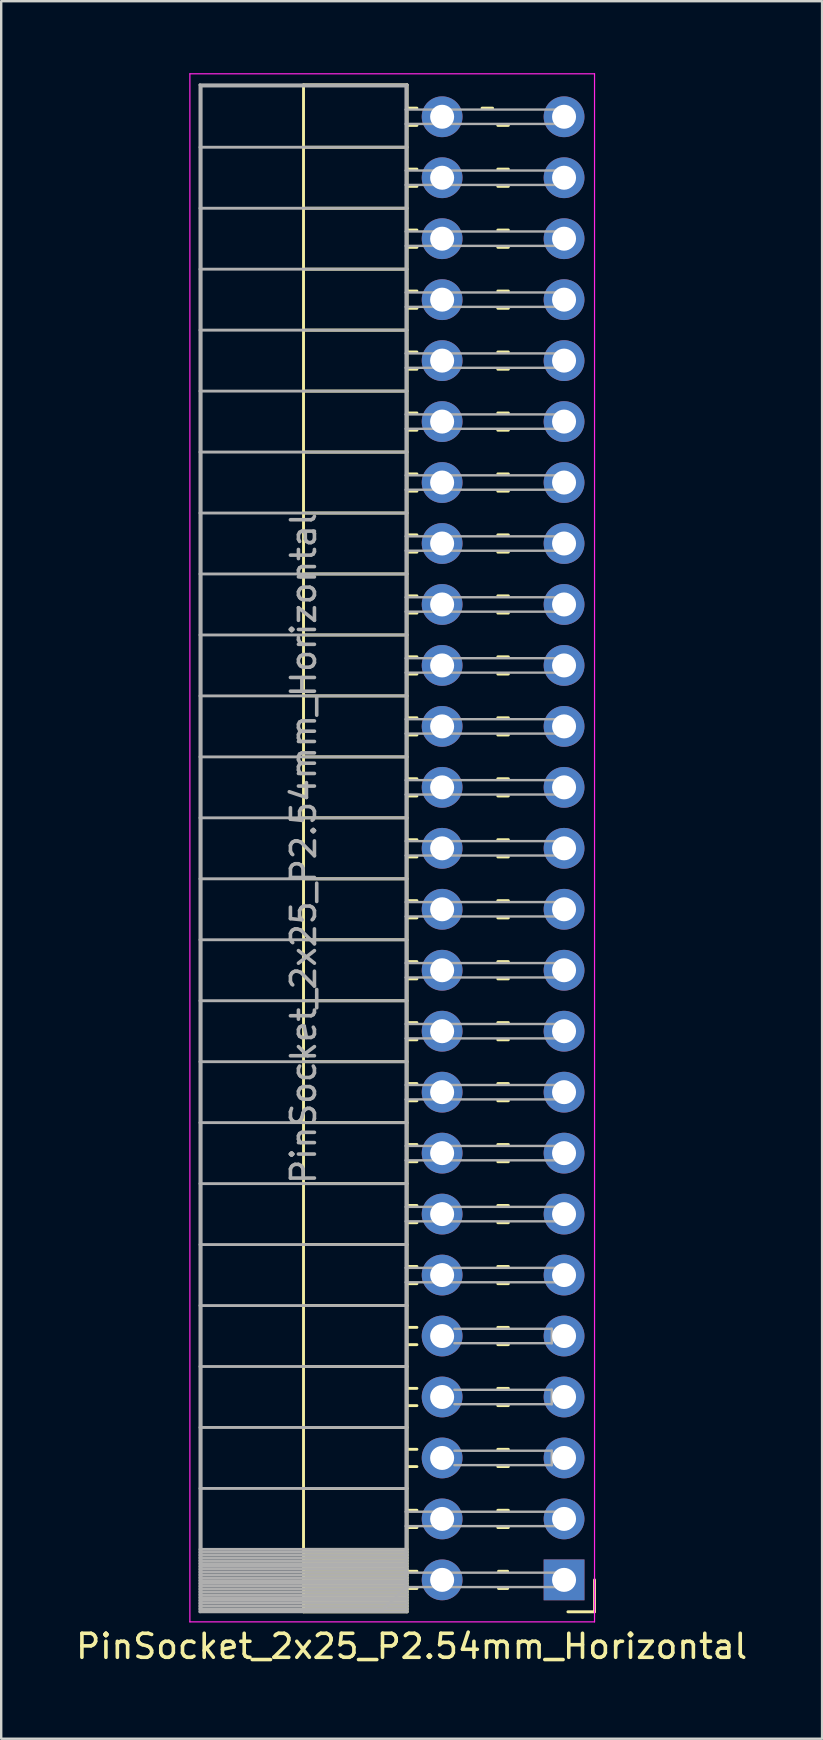
<source format=kicad_pcb>
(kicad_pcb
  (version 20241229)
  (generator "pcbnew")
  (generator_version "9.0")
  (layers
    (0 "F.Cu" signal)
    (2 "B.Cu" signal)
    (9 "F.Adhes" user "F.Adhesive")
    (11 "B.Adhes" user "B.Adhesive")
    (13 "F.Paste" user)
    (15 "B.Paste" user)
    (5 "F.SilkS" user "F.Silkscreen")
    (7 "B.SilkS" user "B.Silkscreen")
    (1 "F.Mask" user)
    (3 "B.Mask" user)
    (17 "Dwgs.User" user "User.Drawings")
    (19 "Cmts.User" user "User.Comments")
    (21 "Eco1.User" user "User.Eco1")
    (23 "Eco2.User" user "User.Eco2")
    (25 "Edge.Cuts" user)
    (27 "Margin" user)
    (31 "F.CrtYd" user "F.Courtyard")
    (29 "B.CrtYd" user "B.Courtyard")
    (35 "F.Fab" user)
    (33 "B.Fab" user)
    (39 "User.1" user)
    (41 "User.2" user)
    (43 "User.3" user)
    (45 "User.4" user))
  (footprint "PinSocket_2x25_P2.54mm_Horizontal"
    (layer "F.Cu")
    (at 17.911 1.815)
    (property "Reference" "PinSocket_2x25_P2.54mm_Horizontal" (at -3.81 63.73 180) (layer "F.SilkS") (effects (font (size 1 1) (thickness 0.15))))
    (attr through_hole)
    (fp_line (start -8.315 -1.33) (end -4 -1.33) (stroke (width 0.12) (type solid)) (layer "F.SilkS"))
    (fp_line (start -8.315 1.27) (end -4 1.27) (stroke (width 0.12) (type solid)) (layer "F.SilkS"))
    (fp_line (start -8.315 3.81) (end -4 3.81) (stroke (width 0.12) (type solid)) (layer "F.SilkS"))
    (fp_line (start -8.315 6.35) (end -4 6.35) (stroke (width 0.12) (type solid)) (layer "F.SilkS"))
    (fp_line (start -8.315 8.89) (end -4 8.89) (stroke (width 0.12) (type solid)) (layer "F.SilkS"))
    (fp_line (start -8.315 11.43) (end -4 11.43) (stroke (width 0.12) (type solid)) (layer "F.SilkS"))
    (fp_line (start -8.315 13.97) (end -4 13.97) (stroke (width 0.12) (type solid)) (layer "F.SilkS"))
    (fp_line (start -8.315 16.51) (end -4 16.51) (stroke (width 0.12) (type solid)) (layer "F.SilkS"))
    (fp_line (start -8.315 19.05) (end -4 19.05) (stroke (width 0.12) (type solid)) (layer "F.SilkS"))
    (fp_line (start -8.315 21.59) (end -4 21.59) (stroke (width 0.12) (type solid)) (layer "F.SilkS"))
    (fp_line (start -8.315 24.13) (end -4 24.13) (stroke (width 0.12) (type solid)) (layer "F.SilkS"))
    (fp_line (start -8.315 26.67) (end -4 26.67) (stroke (width 0.12) (type solid)) (layer "F.SilkS"))
    (fp_line (start -8.315 29.21) (end -4 29.21) (stroke (width 0.12) (type solid)) (layer "F.SilkS"))
    (fp_line (start -8.315 31.75) (end -4 31.75) (stroke (width 0.12) (type solid)) (layer "F.SilkS"))
    (fp_line (start -8.315 34.29) (end -4 34.29) (stroke (width 0.12) (type solid)) (layer "F.SilkS"))
    (fp_line (start -8.315 36.83) (end -4 36.83) (stroke (width 0.12) (type solid)) (layer "F.SilkS"))
    (fp_line (start -8.315 39.37) (end -4 39.37) (stroke (width 0.12) (type solid)) (layer "F.SilkS"))
    (fp_line (start -8.315 41.91) (end -4 41.91) (stroke (width 0.12) (type solid)) (layer "F.SilkS"))
    (fp_line (start -8.315 44.45) (end -4 44.45) (stroke (width 0.12) (type solid)) (layer "F.SilkS"))
    (fp_line (start -8.315 46.99) (end -4 46.99) (stroke (width 0.12) (type solid)) (layer "F.SilkS"))
    (fp_line (start -8.315 49.53) (end -4 49.53) (stroke (width 0.12) (type solid)) (layer "F.SilkS"))
    (fp_line (start -8.315 52.07) (end -4 52.07) (stroke (width 0.12) (type solid)) (layer "F.SilkS"))
    (fp_line (start -8.315 54.61) (end -4 54.61) (stroke (width 0.12) (type solid)) (layer "F.SilkS"))
    (fp_line (start -8.315 57.15) (end -4 57.15) (stroke (width 0.12) (type solid)) (layer "F.SilkS"))
    (fp_line (start -8.315 59.69) (end -4 59.69) (stroke (width 0.12) (type solid)) (layer "F.SilkS"))
    (fp_line (start -8.315 59.808) (end -4 59.808) (stroke (width 0.12) (type solid)) (layer "F.SilkS"))
    (fp_line (start -8.315 59.926) (end -4 59.926) (stroke (width 0.12) (type solid)) (layer "F.SilkS"))
    (fp_line (start -8.315 60.044) (end -4 60.044) (stroke (width 0.12) (type solid)) (layer "F.SilkS"))
    (fp_line (start -8.315 60.162) (end -4 60.162) (stroke (width 0.12) (type solid)) (layer "F.SilkS"))
    (fp_line (start -8.315 60.28) (end -4 60.28) (stroke (width 0.12) (type solid)) (layer "F.SilkS"))
    (fp_line (start -8.315 60.399) (end -4 60.399) (stroke (width 0.12) (type solid)) (layer "F.SilkS"))
    (fp_line (start -8.315 60.517) (end -4 60.517) (stroke (width 0.12) (type solid)) (layer "F.SilkS"))
    (fp_line (start -8.315 60.635) (end -4 60.635) (stroke (width 0.12) (type solid)) (layer "F.SilkS"))
    (fp_line (start -8.315 60.753) (end -4 60.753) (stroke (width 0.12) (type solid)) (layer "F.SilkS"))
    (fp_line (start -8.315 60.871) (end -4 60.871) (stroke (width 0.12) (type solid)) (layer "F.SilkS"))
    (fp_line (start -8.315 60.989) (end -4 60.989) (stroke (width 0.12) (type solid)) (layer "F.SilkS"))
    (fp_line (start -8.315 61.107) (end -4 61.107) (stroke (width 0.12) (type solid)) (layer "F.SilkS"))
    (fp_line (start -8.315 61.225) (end -4 61.225) (stroke (width 0.12) (type solid)) (layer "F.SilkS"))
    (fp_line (start -8.315 61.343) (end -4 61.343) (stroke (width 0.12) (type solid)) (layer "F.SilkS"))
    (fp_line (start -8.315 61.461) (end -4 61.461) (stroke (width 0.12) (type solid)) (layer "F.SilkS"))
    (fp_line (start -8.315 61.58) (end -4 61.58) (stroke (width 0.12) (type solid)) (layer "F.SilkS"))
    (fp_line (start -8.315 61.698) (end -4 61.698) (stroke (width 0.12) (type solid)) (layer "F.SilkS"))
    (fp_line (start -8.315 61.816) (end -4 61.816) (stroke (width 0.12) (type solid)) (layer "F.SilkS"))
    (fp_line (start -8.315 61.934) (end -4 61.934) (stroke (width 0.12) (type solid)) (layer "F.SilkS"))
    (fp_line (start -8.315 62.052) (end -4 62.052) (stroke (width 0.12) (type solid)) (layer "F.SilkS"))
    (fp_line (start -8.315 62.17) (end -4 62.17) (stroke (width 0.12) (type solid)) (layer "F.SilkS"))
    (fp_line (start -8.315 62.29) (end -8.315 -1.33) (stroke (width 0.12) (type solid)) (layer "F.SilkS"))
    (fp_line (start -8.315 62.29) (end -4 62.29) (stroke (width 0.12) (type solid)) (layer "F.SilkS"))
    (fp_line (start -4 -0.36) (end -3.59 -0.36) (stroke (width 0.12) (type solid)) (layer "F.SilkS"))
    (fp_line (start -4 0.36) (end -3.59 0.36) (stroke (width 0.12) (type solid)) (layer "F.SilkS"))
    (fp_line (start -4 2.18) (end -3.59 2.18) (stroke (width 0.12) (type solid)) (layer "F.SilkS"))
    (fp_line (start -4 2.9) (end -3.59 2.9) (stroke (width 0.12) (type solid)) (layer "F.SilkS"))
    (fp_line (start -4 4.72) (end -3.59 4.72) (stroke (width 0.12) (type solid)) (layer "F.SilkS"))
    (fp_line (start -4 5.44) (end -3.59 5.44) (stroke (width 0.12) (type solid)) (layer "F.SilkS"))
    (fp_line (start -4 7.26) (end -3.59 7.26) (stroke (width 0.12) (type solid)) (layer "F.SilkS"))
    (fp_line (start -4 7.98) (end -3.59 7.98) (stroke (width 0.12) (type solid)) (layer "F.SilkS"))
    (fp_line (start -4 9.8) (end -3.59 9.8) (stroke (width 0.12) (type solid)) (layer "F.SilkS"))
    (fp_line (start -4 10.52) (end -3.59 10.52) (stroke (width 0.12) (type solid)) (layer "F.SilkS"))
    (fp_line (start -4 12.34) (end -3.59 12.34) (stroke (width 0.12) (type solid)) (layer "F.SilkS"))
    (fp_line (start -4 13.06) (end -3.59 13.06) (stroke (width 0.12) (type solid)) (layer "F.SilkS"))
    (fp_line (start -4 14.88) (end -3.59 14.88) (stroke (width 0.12) (type solid)) (layer "F.SilkS"))
    (fp_line (start -4 15.6) (end -3.59 15.6) (stroke (width 0.12) (type solid)) (layer "F.SilkS"))
    (fp_line (start -4 17.42) (end -3.59 17.42) (stroke (width 0.12) (type solid)) (layer "F.SilkS"))
    (fp_line (start -4 18.14) (end -3.59 18.14) (stroke (width 0.12) (type solid)) (layer "F.SilkS"))
    (fp_line (start -4 19.96) (end -3.59 19.96) (stroke (width 0.12) (type solid)) (layer "F.SilkS"))
    (fp_line (start -4 20.68) (end -3.59 20.68) (stroke (width 0.12) (type solid)) (layer "F.SilkS"))
    (fp_line (start -4 22.5) (end -3.59 22.5) (stroke (width 0.12) (type solid)) (layer "F.SilkS"))
    (fp_line (start -4 23.22) (end -3.59 23.22) (stroke (width 0.12) (type solid)) (layer "F.SilkS"))
    (fp_line (start -4 25.04) (end -3.59 25.04) (stroke (width 0.12) (type solid)) (layer "F.SilkS"))
    (fp_line (start -4 25.76) (end -3.59 25.76) (stroke (width 0.12) (type solid)) (layer "F.SilkS"))
    (fp_line (start -4 27.58) (end -3.59 27.58) (stroke (width 0.12) (type solid)) (layer "F.SilkS"))
    (fp_line (start -4 28.3) (end -3.59 28.3) (stroke (width 0.12) (type solid)) (layer "F.SilkS"))
    (fp_line (start -4 30.12) (end -3.59 30.12) (stroke (width 0.12) (type solid)) (layer "F.SilkS"))
    (fp_line (start -4 30.84) (end -3.59 30.84) (stroke (width 0.12) (type solid)) (layer "F.SilkS"))
    (fp_line (start -4 32.66) (end -3.59 32.66) (stroke (width 0.12) (type solid)) (layer "F.SilkS"))
    (fp_line (start -4 33.38) (end -3.59 33.38) (stroke (width 0.12) (type solid)) (layer "F.SilkS"))
    (fp_line (start -4 35.2) (end -3.59 35.2) (stroke (width 0.12) (type solid)) (layer "F.SilkS"))
    (fp_line (start -4 35.92) (end -3.59 35.92) (stroke (width 0.12) (type solid)) (layer "F.SilkS"))
    (fp_line (start -4 37.74) (end -3.59 37.74) (stroke (width 0.12) (type solid)) (layer "F.SilkS"))
    (fp_line (start -4 38.46) (end -3.59 38.46) (stroke (width 0.12) (type solid)) (layer "F.SilkS"))
    (fp_line (start -4 40.28) (end -3.59 40.28) (stroke (width 0.12) (type solid)) (layer "F.SilkS"))
    (fp_line (start -4 41) (end -3.59 41) (stroke (width 0.12) (type solid)) (layer "F.SilkS"))
    (fp_line (start -4 42.82) (end -3.59 42.82) (stroke (width 0.12) (type solid)) (layer "F.SilkS"))
    (fp_line (start -4 43.54) (end -3.59 43.54) (stroke (width 0.12) (type solid)) (layer "F.SilkS"))
    (fp_line (start -4 45.36) (end -3.59 45.36) (stroke (width 0.12) (type solid)) (layer "F.SilkS"))
    (fp_line (start -4 46.08) (end -3.59 46.08) (stroke (width 0.12) (type solid)) (layer "F.SilkS"))
    (fp_line (start -4 47.9) (end -3.59 47.9) (stroke (width 0.12) (type solid)) (layer "F.SilkS"))
    (fp_line (start -4 48.62) (end -3.59 48.62) (stroke (width 0.12) (type solid)) (layer "F.SilkS"))
    (fp_line (start -4 50.44) (end -3.59 50.44) (stroke (width 0.12) (type solid)) (layer "F.SilkS"))
    (fp_line (start -4 51.16) (end -3.59 51.16) (stroke (width 0.12) (type solid)) (layer "F.SilkS"))
    (fp_line (start -4 52.98) (end -3.59 52.98) (stroke (width 0.12) (type solid)) (layer "F.SilkS"))
    (fp_line (start -4 53.7) (end -3.59 53.7) (stroke (width 0.12) (type solid)) (layer "F.SilkS"))
    (fp_line (start -4 55.52) (end -3.59 55.52) (stroke (width 0.12) (type solid)) (layer "F.SilkS"))
    (fp_line (start -4 56.24) (end -3.59 56.24) (stroke (width 0.12) (type solid)) (layer "F.SilkS"))
    (fp_line (start -4 58.06) (end -3.59 58.06) (stroke (width 0.12) (type solid)) (layer "F.SilkS"))
    (fp_line (start -4 58.78) (end -3.59 58.78) (stroke (width 0.12) (type solid)) (layer "F.SilkS"))
    (fp_line (start -4 60.6) (end -3.59 60.6) (stroke (width 0.12) (type solid)) (layer "F.SilkS"))
    (fp_line (start -4 61.32) (end -3.59 61.32) (stroke (width 0.12) (type solid)) (layer "F.SilkS"))
    (fp_line (start -4 62.29) (end -4 -1.33) (stroke (width 0.12) (type solid)) (layer "F.SilkS"))
    (fp_line (start -0.877 -0.36) (end -0.437 -0.36) (stroke (width 0.12) (type solid)) (layer "F.SilkS"))
    (fp_line (start -0.22 0.36) (end 0.22 0.36) (stroke (width 0.12) (type solid)) (layer "F.SilkS"))
    (fp_line (start -0.22 2.18) (end 0.22 2.18) (stroke (width 0.12) (type solid)) (layer "F.SilkS"))
    (fp_line (start -0.22 2.9) (end 0.22 2.9) (stroke (width 0.12) (type solid)) (layer "F.SilkS"))
    (fp_line (start -0.22 4.72) (end 0.22 4.72) (stroke (width 0.12) (type solid)) (layer "F.SilkS"))
    (fp_line (start -0.22 5.44) (end 0.22 5.44) (stroke (width 0.12) (type solid)) (layer "F.SilkS"))
    (fp_line (start -0.22 7.26) (end 0.22 7.26) (stroke (width 0.12) (type solid)) (layer "F.SilkS"))
    (fp_line (start -0.22 7.98) (end 0.22 7.98) (stroke (width 0.12) (type solid)) (layer "F.SilkS"))
    (fp_line (start -0.22 9.8) (end 0.22 9.8) (stroke (width 0.12) (type solid)) (layer "F.SilkS"))
    (fp_line (start -0.22 10.52) (end 0.22 10.52) (stroke (width 0.12) (type solid)) (layer "F.SilkS"))
    (fp_line (start -0.22 12.34) (end 0.22 12.34) (stroke (width 0.12) (type solid)) (layer "F.SilkS"))
    (fp_line (start -0.22 13.06) (end 0.22 13.06) (stroke (width 0.12) (type solid)) (layer "F.SilkS"))
    (fp_line (start -0.22 14.88) (end 0.22 14.88) (stroke (width 0.12) (type solid)) (layer "F.SilkS"))
    (fp_line (start -0.22 15.6) (end 0.22 15.6) (stroke (width 0.12) (type solid)) (layer "F.SilkS"))
    (fp_line (start -0.22 17.42) (end 0.22 17.42) (stroke (width 0.12) (type solid)) (layer "F.SilkS"))
    (fp_line (start -0.22 18.14) (end 0.22 18.14) (stroke (width 0.12) (type solid)) (layer "F.SilkS"))
    (fp_line (start -0.22 19.96) (end 0.22 19.96) (stroke (width 0.12) (type solid)) (layer "F.SilkS"))
    (fp_line (start -0.22 20.68) (end 0.22 20.68) (stroke (width 0.12) (type solid)) (layer "F.SilkS"))
    (fp_line (start -0.22 22.5) (end 0.22 22.5) (stroke (width 0.12) (type solid)) (layer "F.SilkS"))
    (fp_line (start -0.22 23.22) (end 0.22 23.22) (stroke (width 0.12) (type solid)) (layer "F.SilkS"))
    (fp_line (start -0.22 25.04) (end 0.22 25.04) (stroke (width 0.12) (type solid)) (layer "F.SilkS"))
    (fp_line (start -0.22 25.76) (end 0.22 25.76) (stroke (width 0.12) (type solid)) (layer "F.SilkS"))
    (fp_line (start -0.22 27.58) (end 0.22 27.58) (stroke (width 0.12) (type solid)) (layer "F.SilkS"))
    (fp_line (start -0.22 28.3) (end 0.22 28.3) (stroke (width 0.12) (type solid)) (layer "F.SilkS"))
    (fp_line (start -0.22 30.12) (end 0.22 30.12) (stroke (width 0.12) (type solid)) (layer "F.SilkS"))
    (fp_line (start -0.22 30.84) (end 0.22 30.84) (stroke (width 0.12) (type solid)) (layer "F.SilkS"))
    (fp_line (start -0.22 32.66) (end 0.22 32.66) (stroke (width 0.12) (type solid)) (layer "F.SilkS"))
    (fp_line (start -0.22 33.38) (end 0.22 33.38) (stroke (width 0.12) (type solid)) (layer "F.SilkS"))
    (fp_line (start -0.22 35.2) (end 0.22 35.2) (stroke (width 0.12) (type solid)) (layer "F.SilkS"))
    (fp_line (start -0.22 35.92) (end 0.22 35.92) (stroke (width 0.12) (type solid)) (layer "F.SilkS"))
    (fp_line (start -0.22 37.74) (end 0.22 37.74) (stroke (width 0.12) (type solid)) (layer "F.SilkS"))
    (fp_line (start -0.22 38.46) (end 0.22 38.46) (stroke (width 0.12) (type solid)) (layer "F.SilkS"))
    (fp_line (start -0.22 40.28) (end 0.22 40.28) (stroke (width 0.12) (type solid)) (layer "F.SilkS"))
    (fp_line (start -0.22 41) (end 0.22 41) (stroke (width 0.12) (type solid)) (layer "F.SilkS"))
    (fp_line (start -0.22 42.82) (end 0.22 42.82) (stroke (width 0.12) (type solid)) (layer "F.SilkS"))
    (fp_line (start -0.22 43.54) (end 0.22 43.54) (stroke (width 0.12) (type solid)) (layer "F.SilkS"))
    (fp_line (start -0.22 45.36) (end 0.22 45.36) (stroke (width 0.12) (type solid)) (layer "F.SilkS"))
    (fp_line (start -0.22 46.08) (end 0.22 46.08) (stroke (width 0.12) (type solid)) (layer "F.SilkS"))
    (fp_line (start -0.22 47.9) (end 0.22 47.9) (stroke (width 0.12) (type solid)) (layer "F.SilkS"))
    (fp_line (start -0.22 48.62) (end 0.22 48.62) (stroke (width 0.12) (type solid)) (layer "F.SilkS"))
    (fp_line (start -0.22 50.44) (end 0.22 50.44) (stroke (width 0.12) (type solid)) (layer "F.SilkS"))
    (fp_line (start -0.22 51.16) (end 0.22 51.16) (stroke (width 0.12) (type solid)) (layer "F.SilkS"))
    (fp_line (start -0.22 52.98) (end 0.22 52.98) (stroke (width 0.12) (type solid)) (layer "F.SilkS"))
    (fp_line (start -0.22 53.7) (end 0.22 53.7) (stroke (width 0.12) (type solid)) (layer "F.SilkS"))
    (fp_line (start -0.22 55.52) (end 0.22 55.52) (stroke (width 0.12) (type solid)) (layer "F.SilkS"))
    (fp_line (start -0.22 56.24) (end 0.22 56.24) (stroke (width 0.12) (type solid)) (layer "F.SilkS"))
    (fp_line (start -0.22 58.06) (end 0.22 58.06) (stroke (width 0.12) (type solid)) (layer "F.SilkS"))
    (fp_line (start -0.22 58.78) (end 0.22 58.78) (stroke (width 0.12) (type solid)) (layer "F.SilkS"))
    (fp_line (start -0.19 60.6) (end 0.19 60.6) (stroke (width 0.12) (type solid)) (layer "F.SilkS"))
    (fp_line (start -0.19 61.32) (end 0.19 61.32) (stroke (width 0.12) (type solid)) (layer "F.SilkS"))
    (fp_line (start 2.7 62.29) (end 3.81 62.29) (stroke (width 0.12) (type solid)) (layer "F.SilkS"))
    (fp_line (start 3.81 62.29) (end 3.81 60.96) (stroke (width 0.12) (type solid)) (layer "F.SilkS"))
    (fp_line (start -13.05 -1.79) (end 3.81 -1.79) (stroke (width 0.05) (type solid)) (layer "F.CrtYd"))
    (fp_line (start -13.05 62.71) (end -13.05 -1.79) (stroke (width 0.05) (type solid)) (layer "F.CrtYd"))
    (fp_line (start 3.81 -1.79) (end 3.81 62.71) (stroke (width 0.05) (type solid)) (layer "F.CrtYd"))
    (fp_line (start 3.81 62.71) (end -13.05 62.71) (stroke (width 0.05) (type solid)) (layer "F.CrtYd"))
    (fp_line (start -12.63 -1.33) (end -4 -1.33) (stroke (width 0.12) (type solid)) (layer "F.Fab"))
    (fp_line (start -12.63 1.27) (end -4 1.27) (stroke (width 0.12) (type solid)) (layer "F.Fab"))
    (fp_line (start -12.63 3.81) (end -4 3.81) (stroke (width 0.12) (type solid)) (layer "F.Fab"))
    (fp_line (start -12.63 6.35) (end -4 6.35) (stroke (width 0.12) (type solid)) (layer "F.Fab"))
    (fp_line (start -12.63 8.89) (end -4 8.89) (stroke (width 0.12) (type solid)) (layer "F.Fab"))
    (fp_line (start -12.63 11.43) (end -4 11.43) (stroke (width 0.12) (type solid)) (layer "F.Fab"))
    (fp_line (start -12.63 13.97) (end -4 13.97) (stroke (width 0.12) (type solid)) (layer "F.Fab"))
    (fp_line (start -12.63 16.51) (end -4 16.51) (stroke (width 0.12) (type solid)) (layer "F.Fab"))
    (fp_line (start -12.63 19.05) (end -4 19.05) (stroke (width 0.12) (type solid)) (layer "F.Fab"))
    (fp_line (start -12.63 21.59) (end -4 21.59) (stroke (width 0.12) (type solid)) (layer "F.Fab"))
    (fp_line (start -12.63 24.13) (end -4 24.13) (stroke (width 0.12) (type solid)) (layer "F.Fab"))
    (fp_line (start -12.63 26.67) (end -4 26.67) (stroke (width 0.12) (type solid)) (layer "F.Fab"))
    (fp_line (start -12.63 29.21) (end -4 29.21) (stroke (width 0.12) (type solid)) (layer "F.Fab"))
    (fp_line (start -12.63 31.75) (end -4 31.75) (stroke (width 0.12) (type solid)) (layer "F.Fab"))
    (fp_line (start -12.63 34.29) (end -4 34.29) (stroke (width 0.12) (type solid)) (layer "F.Fab"))
    (fp_line (start -12.63 36.83) (end -4 36.83) (stroke (width 0.12) (type solid)) (layer "F.Fab"))
    (fp_line (start -12.63 39.37) (end -4 39.37) (stroke (width 0.12) (type solid)) (layer "F.Fab"))
    (fp_line (start -12.63 41.91) (end -4 41.91) (stroke (width 0.12) (type solid)) (layer "F.Fab"))
    (fp_line (start -12.63 44.45) (end -4 44.45) (stroke (width 0.12) (type solid)) (layer "F.Fab"))
    (fp_line (start -12.63 46.99) (end -4 46.99) (stroke (width 0.12) (type solid)) (layer "F.Fab"))
    (fp_line (start -12.63 49.53) (end -4 49.53) (stroke (width 0.12) (type solid)) (layer "F.Fab"))
    (fp_line (start -12.63 52.07) (end -4 52.07) (stroke (width 0.12) (type solid)) (layer "F.Fab"))
    (fp_line (start -12.63 54.61) (end -4 54.61) (stroke (width 0.12) (type solid)) (layer "F.Fab"))
    (fp_line (start -12.63 57.15) (end -4 57.15) (stroke (width 0.12) (type solid)) (layer "F.Fab"))
    (fp_line (start -12.63 59.69) (end -4 59.69) (stroke (width 0.12) (type solid)) (layer "F.Fab"))
    (fp_line (start -12.63 59.808) (end -4 59.808) (stroke (width 0.12) (type solid)) (layer "F.Fab"))
    (fp_line (start -12.63 59.926) (end -4 59.926) (stroke (width 0.12) (type solid)) (layer "F.Fab"))
    (fp_line (start -12.63 60.044) (end -4 60.044) (stroke (width 0.12) (type solid)) (layer "F.Fab"))
    (fp_line (start -12.63 60.162) (end -4 60.162) (stroke (width 0.12) (type solid)) (layer "F.Fab"))
    (fp_line (start -12.63 60.28) (end -4 60.28) (stroke (width 0.12) (type solid)) (layer "F.Fab"))
    (fp_line (start -12.63 60.399) (end -4 60.399) (stroke (width 0.12) (type solid)) (layer "F.Fab"))
    (fp_line (start -12.63 60.517) (end -4 60.517) (stroke (width 0.12) (type solid)) (layer "F.Fab"))
    (fp_line (start -12.63 60.635) (end -4 60.635) (stroke (width 0.12) (type solid)) (layer "F.Fab"))
    (fp_line (start -12.63 60.753) (end -4 60.753) (stroke (width 0.12) (type solid)) (layer "F.Fab"))
    (fp_line (start -12.63 60.871) (end -4 60.871) (stroke (width 0.12) (type solid)) (layer "F.Fab"))
    (fp_line (start -12.63 60.989) (end -4 60.989) (stroke (width 0.12) (type solid)) (layer "F.Fab"))
    (fp_line (start -12.63 61.107) (end -4 61.107) (stroke (width 0.12) (type solid)) (layer "F.Fab"))
    (fp_line (start -12.63 61.225) (end -4 61.225) (stroke (width 0.12) (type solid)) (layer "F.Fab"))
    (fp_line (start -12.63 61.343) (end -4 61.343) (stroke (width 0.12) (type solid)) (layer "F.Fab"))
    (fp_line (start -12.63 61.461) (end -4 61.461) (stroke (width 0.12) (type solid)) (layer "F.Fab"))
    (fp_line (start -12.63 61.58) (end -4 61.58) (stroke (width 0.12) (type solid)) (layer "F.Fab"))
    (fp_line (start -12.63 61.698) (end -4 61.698) (stroke (width 0.12) (type solid)) (layer "F.Fab"))
    (fp_line (start -12.63 61.816) (end -4 61.816) (stroke (width 0.12) (type solid)) (layer "F.Fab"))
    (fp_line (start -12.63 61.934) (end -4 61.934) (stroke (width 0.12) (type solid)) (layer "F.Fab"))
    (fp_line (start -12.63 62.052) (end -4 62.052) (stroke (width 0.12) (type solid)) (layer "F.Fab"))
    (fp_line (start -12.63 62.17) (end -4 62.17) (stroke (width 0.12) (type solid)) (layer "F.Fab"))
    (fp_line (start -12.63 62.29) (end -12.63 -1.33) (stroke (width 0.12) (type solid)) (layer "F.Fab"))
    (fp_line (start -12.63 62.29) (end -4 62.29) (stroke (width 0.12) (type solid)) (layer "F.Fab"))
    (fp_line (start -12.57 -1.27) (end -12.57 62.23) (stroke (width 0.1) (type solid)) (layer "F.Fab"))
    (fp_line (start -12.57 62.23) (end -5.03 62.23) (stroke (width 0.1) (type solid)) (layer "F.Fab"))
    (fp_line (start -5.03 62.23) (end -4.06 61.26) (stroke (width 0.1) (type solid)) (layer "F.Fab"))
    (fp_line (start -5.03 62.23) (end -4.06 61.26) (stroke (width 0.1) (type solid)) (layer "F.Fab"))
    (fp_line (start -4.06 -1.27) (end -12.57 -1.27) (stroke (width 0.1) (type solid)) (layer "F.Fab"))
    (fp_line (start -4.06 -0.3) (end 2.54 -0.3) (stroke (width 0.1) (type solid)) (layer "F.Fab"))
    (fp_line (start -4.06 2.24) (end 2.54 2.24) (stroke (width 0.1) (type solid)) (layer "F.Fab"))
    (fp_line (start -4.06 4.78) (end 2.54 4.78) (stroke (width 0.1) (type solid)) (layer "F.Fab"))
    (fp_line (start -4.06 7.32) (end 2.54 7.32) (stroke (width 0.1) (type solid)) (layer "F.Fab"))
    (fp_line (start -4.06 9.86) (end 2.54 9.86) (stroke (width 0.1) (type solid)) (layer "F.Fab"))
    (fp_line (start -4.06 12.4) (end 2.54 12.4) (stroke (width 0.1) (type solid)) (layer "F.Fab"))
    (fp_line (start -4.06 14.94) (end 2.54 14.94) (stroke (width 0.1) (type solid)) (layer "F.Fab"))
    (fp_line (start -4.06 17.48) (end 2.54 17.48) (stroke (width 0.1) (type solid)) (layer "F.Fab"))
    (fp_line (start -4.06 20.02) (end 2.54 20.02) (stroke (width 0.1) (type solid)) (layer "F.Fab"))
    (fp_line (start -4.06 22.56) (end 2.54 22.56) (stroke (width 0.1) (type solid)) (layer "F.Fab"))
    (fp_line (start -4.06 25.1) (end 2.54 25.1) (stroke (width 0.1) (type solid)) (layer "F.Fab"))
    (fp_line (start -4.06 27.64) (end 2.54 27.64) (stroke (width 0.1) (type solid)) (layer "F.Fab"))
    (fp_line (start -4.06 30.18) (end 2.54 30.18) (stroke (width 0.1) (type solid)) (layer "F.Fab"))
    (fp_line (start -4.06 32.72) (end 2.54 32.72) (stroke (width 0.1) (type solid)) (layer "F.Fab"))
    (fp_line (start -4.06 35.26) (end 2.54 35.26) (stroke (width 0.1) (type solid)) (layer "F.Fab"))
    (fp_line (start -4.06 37.8) (end 2.54 37.8) (stroke (width 0.1) (type solid)) (layer "F.Fab"))
    (fp_line (start -4.06 40.34) (end 2.54 40.34) (stroke (width 0.1) (type solid)) (layer "F.Fab"))
    (fp_line (start -4.06 42.88) (end 2.54 42.88) (stroke (width 0.1) (type solid)) (layer "F.Fab"))
    (fp_line (start -4.06 45.42) (end 2.54 45.42) (stroke (width 0.1) (type solid)) (layer "F.Fab"))
    (fp_line (start -4.06 47.96) (end 2.54 47.96) (stroke (width 0.1) (type solid)) (layer "F.Fab"))
    (fp_line (start -4.06 58.12) (end 2.54 58.12) (stroke (width 0.1) (type solid)) (layer "F.Fab"))
    (fp_line (start -4.06 60.66) (end 2.54 60.66) (stroke (width 0.1) (type solid)) (layer "F.Fab"))
    (fp_line (start -4.06 61.26) (end -4.06 -1.27) (stroke (width 0.1) (type solid)) (layer "F.Fab"))
    (fp_line (start -4 62.29) (end -4 -1.33) (stroke (width 0.12) (type solid)) (layer "F.Fab"))
    (fp_line (start -2.03 50.5) (end 2.03 50.5) (stroke (width 0.1) (type solid)) (layer "F.Fab"))
    (fp_line (start -2.03 53.04) (end 2.03 53.04) (stroke (width 0.1) (type solid)) (layer "F.Fab"))
    (fp_line (start -2.03 55.58) (end 2.03 55.58) (stroke (width 0.1) (type solid)) (layer "F.Fab"))
    (fp_line (start 2.03 50.5) (end 2.03 51.1) (stroke (width 0.1) (type solid)) (layer "F.Fab"))
    (fp_line (start 2.03 51.1) (end -2.03 51.1) (stroke (width 0.1) (type solid)) (layer "F.Fab"))
    (fp_line (start 2.03 53.04) (end 2.03 53.64) (stroke (width 0.1) (type solid)) (layer "F.Fab"))
    (fp_line (start 2.03 53.64) (end -2.03 53.64) (stroke (width 0.1) (type solid)) (layer "F.Fab"))
    (fp_line (start 2.03 55.58) (end 2.03 56.18) (stroke (width 0.1) (type solid)) (layer "F.Fab"))
    (fp_line (start 2.03 56.18) (end -2.03 56.18) (stroke (width 0.1) (type solid)) (layer "F.Fab"))
    (fp_line (start 2.54 -0.3) (end 2.54 0.3) (stroke (width 0.1) (type solid)) (layer "F.Fab"))
    (fp_line (start 2.54 0.3) (end -4.06 0.3) (stroke (width 0.1) (type solid)) (layer "F.Fab"))
    (fp_line (start 2.54 2.24) (end 2.54 2.84) (stroke (width 0.1) (type solid)) (layer "F.Fab"))
    (fp_line (start 2.54 2.84) (end -4.06 2.84) (stroke (width 0.1) (type solid)) (layer "F.Fab"))
    (fp_line (start 2.54 4.78) (end 2.54 5.38) (stroke (width 0.1) (type solid)) (layer "F.Fab"))
    (fp_line (start 2.54 5.38) (end -4.06 5.38) (stroke (width 0.1) (type solid)) (layer "F.Fab"))
    (fp_line (start 2.54 7.32) (end 2.54 7.92) (stroke (width 0.1) (type solid)) (layer "F.Fab"))
    (fp_line (start 2.54 7.92) (end -4.06 7.92) (stroke (width 0.1) (type solid)) (layer "F.Fab"))
    (fp_line (start 2.54 9.86) (end 2.54 10.46) (stroke (width 0.1) (type solid)) (layer "F.Fab"))
    (fp_line (start 2.54 10.46) (end -4.06 10.46) (stroke (width 0.1) (type solid)) (layer "F.Fab"))
    (fp_line (start 2.54 12.4) (end 2.54 13) (stroke (width 0.1) (type solid)) (layer "F.Fab"))
    (fp_line (start 2.54 13) (end -4.06 13) (stroke (width 0.1) (type solid)) (layer "F.Fab"))
    (fp_line (start 2.54 14.94) (end 2.54 15.54) (stroke (width 0.1) (type solid)) (layer "F.Fab"))
    (fp_line (start 2.54 15.54) (end -4.06 15.54) (stroke (width 0.1) (type solid)) (layer "F.Fab"))
    (fp_line (start 2.54 17.48) (end 2.54 18.08) (stroke (width 0.1) (type solid)) (layer "F.Fab"))
    (fp_line (start 2.54 18.08) (end -4.06 18.08) (stroke (width 0.1) (type solid)) (layer "F.Fab"))
    (fp_line (start 2.54 20.02) (end 2.54 20.62) (stroke (width 0.1) (type solid)) (layer "F.Fab"))
    (fp_line (start 2.54 20.62) (end -4.06 20.62) (stroke (width 0.1) (type solid)) (layer "F.Fab"))
    (fp_line (start 2.54 22.56) (end 2.54 23.16) (stroke (width 0.1) (type solid)) (layer "F.Fab"))
    (fp_line (start 2.54 23.16) (end -4.06 23.16) (stroke (width 0.1) (type solid)) (layer "F.Fab"))
    (fp_line (start 2.54 25.1) (end 2.54 25.7) (stroke (width 0.1) (type solid)) (layer "F.Fab"))
    (fp_line (start 2.54 25.7) (end -4.06 25.7) (stroke (width 0.1) (type solid)) (layer "F.Fab"))
    (fp_line (start 2.54 27.64) (end 2.54 28.24) (stroke (width 0.1) (type solid)) (layer "F.Fab"))
    (fp_line (start 2.54 28.24) (end -4.06 28.24) (stroke (width 0.1) (type solid)) (layer "F.Fab"))
    (fp_line (start 2.54 30.18) (end 2.54 30.78) (stroke (width 0.1) (type solid)) (layer "F.Fab"))
    (fp_line (start 2.54 30.78) (end -4.06 30.78) (stroke (width 0.1) (type solid)) (layer "F.Fab"))
    (fp_line (start 2.54 32.72) (end 2.54 33.32) (stroke (width 0.1) (type solid)) (layer "F.Fab"))
    (fp_line (start 2.54 33.32) (end -4.06 33.32) (stroke (width 0.1) (type solid)) (layer "F.Fab"))
    (fp_line (start 2.54 35.26) (end 2.54 35.86) (stroke (width 0.1) (type solid)) (layer "F.Fab"))
    (fp_line (start 2.54 35.86) (end -4.06 35.86) (stroke (width 0.1) (type solid)) (layer "F.Fab"))
    (fp_line (start 2.54 37.8) (end 2.54 38.4) (stroke (width 0.1) (type solid)) (layer "F.Fab"))
    (fp_line (start 2.54 38.4) (end -4.06 38.4) (stroke (width 0.1) (type solid)) (layer "F.Fab"))
    (fp_line (start 2.54 40.34) (end 2.54 40.94) (stroke (width 0.1) (type solid)) (layer "F.Fab"))
    (fp_line (start 2.54 40.94) (end -4.06 40.94) (stroke (width 0.1) (type solid)) (layer "F.Fab"))
    (fp_line (start 2.54 42.88) (end 2.54 43.48) (stroke (width 0.1) (type solid)) (layer "F.Fab"))
    (fp_line (start 2.54 43.48) (end -4.06 43.48) (stroke (width 0.1) (type solid)) (layer "F.Fab"))
    (fp_line (start 2.54 45.42) (end 2.54 46.02) (stroke (width 0.1) (type solid)) (layer "F.Fab"))
    (fp_line (start 2.54 46.02) (end -4.06 46.02) (stroke (width 0.1) (type solid)) (layer "F.Fab"))
    (fp_line (start 2.54 47.96) (end 2.54 48.56) (stroke (width 0.1) (type solid)) (layer "F.Fab"))
    (fp_line (start 2.54 48.56) (end -4.06 48.56) (stroke (width 0.1) (type solid)) (layer "F.Fab"))
    (fp_line (start 2.54 58.12) (end 2.54 58.72) (stroke (width 0.1) (type solid)) (layer "F.Fab"))
    (fp_line (start 2.54 58.72) (end -4.06 58.72) (stroke (width 0.1) (type solid)) (layer "F.Fab"))
    (fp_line (start 2.54 60.66) (end 2.54 61.26) (stroke (width 0.1) (type solid)) (layer "F.Fab"))
    (fp_line (start 2.54 61.26) (end -4.06 61.26) (stroke (width 0.1) (type solid)) (layer "F.Fab"))
    (fp_text user "${REFERENCE}" (at -8.315 30.48 270) (layer "F.Fab") (effects (font (size 1 1) (thickness 0.15))))
    (pad "1" thru_hole rect (at 2.54 60.96 180) (size 1.7 1.7) (drill 1) (layers "*.Cu" "*.Mask"))
    (pad "2" thru_hole oval (at 2.54 58.42 180) (size 1.7 1.7) (drill 1) (layers "*.Cu" "*.Mask"))
    (pad "3" thru_hole oval (at 2.54 55.88 180) (size 1.7 1.7) (drill 1) (layers "*.Cu" "*.Mask"))
    (pad "4" thru_hole oval (at 2.54 53.34 180) (size 1.7 1.7) (drill 1) (layers "*.Cu" "*.Mask"))
    (pad "5" thru_hole oval (at 2.54 50.8 180) (size 1.7 1.7) (drill 1) (layers "*.Cu" "*.Mask"))
    (pad "6" thru_hole oval (at 2.54 48.26 180) (size 1.7 1.7) (drill 1) (layers "*.Cu" "*.Mask"))
    (pad "7" thru_hole oval (at 2.54 45.72 180) (size 1.7 1.7) (drill 1) (layers "*.Cu" "*.Mask"))
    (pad "8" thru_hole oval (at 2.54 43.18 180) (size 1.7 1.7) (drill 1) (layers "*.Cu" "*.Mask"))
    (pad "9" thru_hole oval (at 2.54 40.64 180) (size 1.7 1.7) (drill 1) (layers "*.Cu" "*.Mask"))
    (pad "10" thru_hole oval (at 2.54 38.1 180) (size 1.7 1.7) (drill 1) (layers "*.Cu" "*.Mask"))
    (pad "11" thru_hole oval (at 2.54 35.56 180) (size 1.7 1.7) (drill 1) (layers "*.Cu" "*.Mask"))
    (pad "12" thru_hole oval (at 2.54 33.02 180) (size 1.7 1.7) (drill 1) (layers "*.Cu" "*.Mask"))
    (pad "13" thru_hole oval (at 2.54 30.48 180) (size 1.7 1.7) (drill 1) (layers "*.Cu" "*.Mask"))
    (pad "14" thru_hole oval (at 2.54 27.94 180) (size 1.7 1.7) (drill 1) (layers "*.Cu" "*.Mask"))
    (pad "15" thru_hole oval (at 2.54 25.4 180) (size 1.7 1.7) (drill 1) (layers "*.Cu" "*.Mask"))
    (pad "16" thru_hole oval (at 2.54 22.86 180) (size 1.7 1.7) (drill 1) (layers "*.Cu" "*.Mask"))
    (pad "17" thru_hole oval (at 2.54 20.32 180) (size 1.7 1.7) (drill 1) (layers "*.Cu" "*.Mask"))
    (pad "18" thru_hole oval (at 2.54 17.78 180) (size 1.7 1.7) (drill 1) (layers "*.Cu" "*.Mask"))
    (pad "19" thru_hole oval (at 2.54 15.24 180) (size 1.7 1.7) (drill 1) (layers "*.Cu" "*.Mask"))
    (pad "20" thru_hole oval (at 2.54 12.7 180) (size 1.7 1.7) (drill 1) (layers "*.Cu" "*.Mask"))
    (pad "21" thru_hole oval (at 2.54 10.16 180) (size 1.7 1.7) (drill 1) (layers "*.Cu" "*.Mask"))
    (pad "22" thru_hole oval (at 2.54 7.62 180) (size 1.7 1.7) (drill 1) (layers "*.Cu" "*.Mask"))
    (pad "23" thru_hole oval (at 2.54 5.08 180) (size 1.7 1.7) (drill 1) (layers "*.Cu" "*.Mask"))
    (pad "24" thru_hole oval (at 2.54 2.54 180) (size 1.7 1.7) (drill 1) (layers "*.Cu" "*.Mask"))
    (pad "25" thru_hole oval (at 2.54 0 180) (size 1.7 1.7) (drill 1) (layers "*.Cu" "*.Mask"))
    (pad "26" thru_hole oval (at -2.54 0 180) (size 1.7 1.7) (drill 1) (layers "*.Cu" "*.Mask"))
    (pad "27" thru_hole oval (at -2.54 2.54 180) (size 1.7 1.7) (drill 1) (layers "*.Cu" "*.Mask"))
    (pad "28" thru_hole oval (at -2.54 5.08 180) (size 1.7 1.7) (drill 1) (layers "*.Cu" "*.Mask"))
    (pad "29" thru_hole oval (at -2.54 7.62 180) (size 1.7 1.7) (drill 1) (layers "*.Cu" "*.Mask"))
    (pad "30" thru_hole oval (at -2.54 10.16 180) (size 1.7 1.7) (drill 1) (layers "*.Cu" "*.Mask"))
    (pad "31" thru_hole oval (at -2.54 12.7 180) (size 1.7 1.7) (drill 1) (layers "*.Cu" "*.Mask"))
    (pad "32" thru_hole oval (at -2.54 15.24 180) (size 1.7 1.7) (drill 1) (layers "*.Cu" "*.Mask"))
    (pad "33" thru_hole oval (at -2.54 17.78 180) (size 1.7 1.7) (drill 1) (layers "*.Cu" "*.Mask"))
    (pad "34" thru_hole oval (at -2.54 20.32 180) (size 1.7 1.7) (drill 1) (layers "*.Cu" "*.Mask"))
    (pad "35" thru_hole oval (at -2.54 22.86 180) (size 1.7 1.7) (drill 1) (layers "*.Cu" "*.Mask"))
    (pad "36" thru_hole oval (at -2.54 25.4 180) (size 1.7 1.7) (drill 1) (layers "*.Cu" "*.Mask"))
    (pad "37" thru_hole oval (at -2.54 27.94 180) (size 1.7 1.7) (drill 1) (layers "*.Cu" "*.Mask"))
    (pad "38" thru_hole oval (at -2.54 30.48 180) (size 1.7 1.7) (drill 1) (layers "*.Cu" "*.Mask"))
    (pad "39" thru_hole oval (at -2.54 33.02 180) (size 1.7 1.7) (drill 1) (layers "*.Cu" "*.Mask"))
    (pad "40" thru_hole oval (at -2.54 35.56 180) (size 1.7 1.7) (drill 1) (layers "*.Cu" "*.Mask"))
    (pad "41" thru_hole oval (at -2.54 38.1 180) (size 1.7 1.7) (drill 1) (layers "*.Cu" "*.Mask"))
    (pad "42" thru_hole oval (at -2.54 40.64 180) (size 1.7 1.7) (drill 1) (layers "*.Cu" "*.Mask"))
    (pad "43" thru_hole oval (at -2.54 43.18 180) (size 1.7 1.7) (drill 1) (layers "*.Cu" "*.Mask"))
    (pad "44" thru_hole oval (at -2.54 45.72 180) (size 1.7 1.7) (drill 1) (layers "*.Cu" "*.Mask"))
    (pad "45" thru_hole oval (at -2.54 48.26 180) (size 1.7 1.7) (drill 1) (layers "*.Cu" "*.Mask"))
    (pad "46" thru_hole oval (at -2.54 50.8 180) (size 1.7 1.7) (drill 1) (layers "*.Cu" "*.Mask"))
    (pad "47" thru_hole oval (at -2.54 53.34 180) (size 1.7 1.7) (drill 1) (layers "*.Cu" "*.Mask"))
    (pad "48" thru_hole oval (at -2.54 55.88 180) (size 1.7 1.7) (drill 1) (layers "*.Cu" "*.Mask"))
    (pad "49" thru_hole oval (at -2.54 58.42 180) (size 1.7 1.7) (drill 1) (layers "*.Cu" "*.Mask"))
    (pad "50" thru_hole oval (at -2.54 60.96 180) (size 1.7 1.7) (drill 1) (layers "*.Cu" "*.Mask")))
  (gr_rect
    (start -3 -3)
    (end 31.202 69.393)
    (stroke (width 0.1) (type default))
    (fill no)
    (layer "Edge.Cuts")))
</source>
